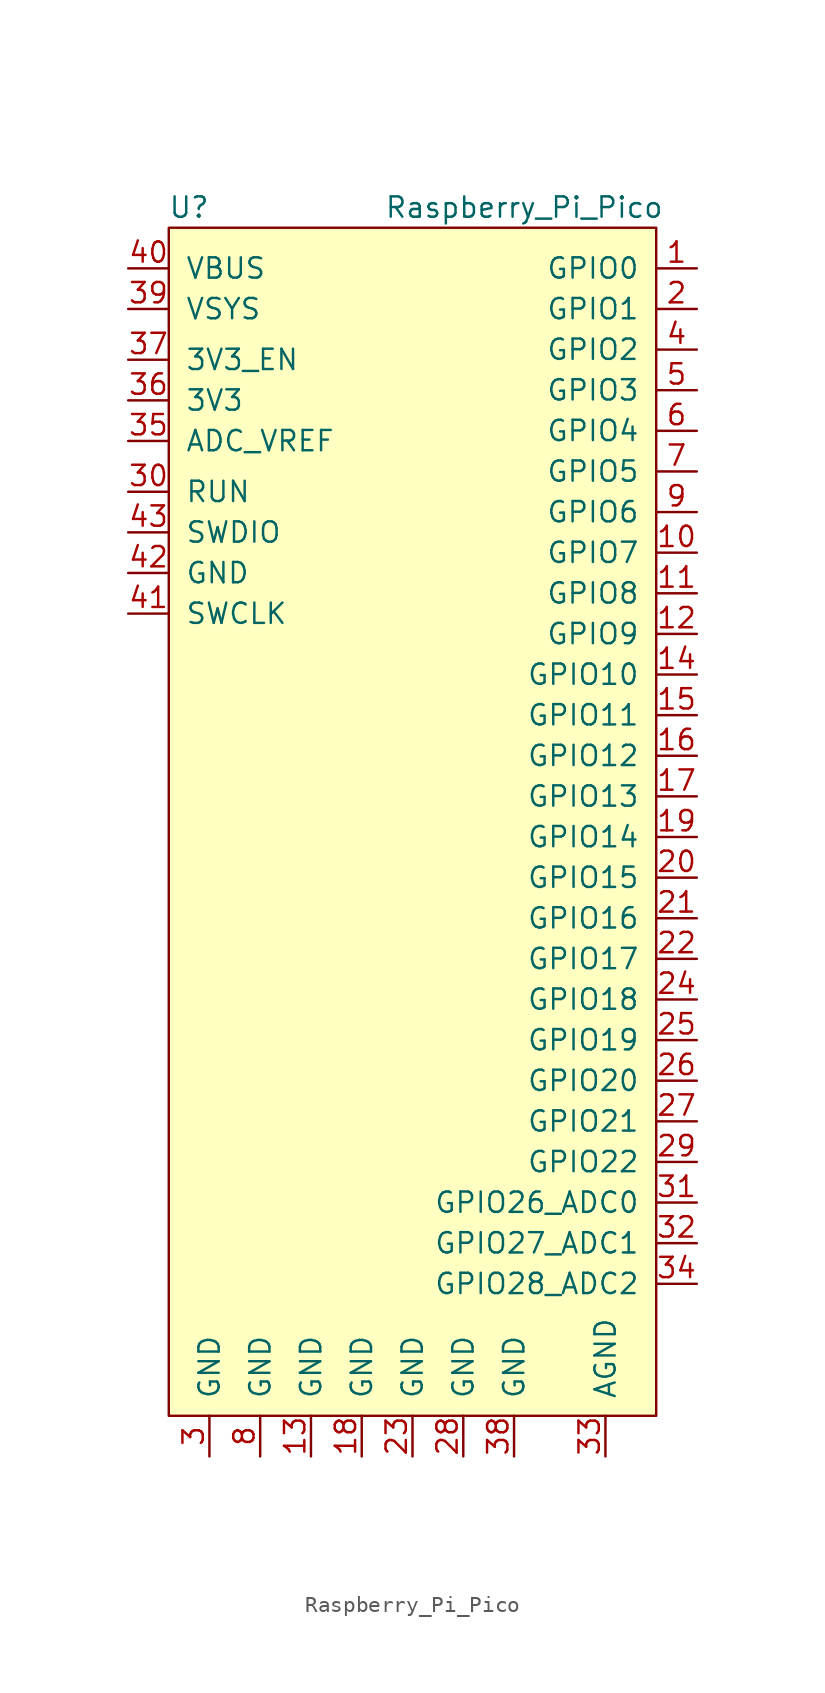
<source format=kicad_sym>
(kicad_symbol_lib
  (version 20211014)
  (generator kicad_symbol_editor)
  (symbol "Raspberry_Pi_Pico"
    (pin_names
      (offset 1.016))
    (property "Reference" "U"
      (at 1.27 1.27 0)
      (effects (font (size 1.27 1.27))))
    (property "Value" "Raspberry_Pi_Pico"
      (at 22.225 1.27 0)
      (effects (font (size 1.27 1.27))))
    (symbol "Raspberry_Pi_Pico_0_1"
      (rectangle (start 0 0) (end 30.48 -74.295) (stroke (width 0) (type default) (color 0 0 0 0)) (fill (type background))))
    (symbol "Raspberry_Pi_Pico_1_1"
      (pin bidirectional line (at 33.02 -2.54 180) (length 2.54) (name "GPIO0" (effects (font (size 1.27 1.27)))) (number "1" (effects (font (size 1.27 1.27)))))
      (pin bidirectional line (at 33.02 -20.32 180) (length 2.54) (name "GPIO7" (effects (font (size 1.27 1.27)))) (number "10" (effects (font (size 1.27 1.27)))))
      (pin bidirectional line (at 33.02 -22.86 180) (length 2.54) (name "GPIO8" (effects (font (size 1.27 1.27)))) (number "11" (effects (font (size 1.27 1.27)))))
      (pin bidirectional line (at 33.02 -25.4 180) (length 2.54) (name "GPIO9" (effects (font (size 1.27 1.27)))) (number "12" (effects (font (size 1.27 1.27)))))
      (pin power_in line (at 8.89 -76.835 90) (length 2.54) (name "GND" (effects (font (size 1.27 1.27)))) (number "13" (effects (font (size 1.27 1.27)))))
      (pin bidirectional line (at 33.02 -27.94 180) (length 2.54) (name "GPIO10" (effects (font (size 1.27 1.27)))) (number "14" (effects (font (size 1.27 1.27)))))
      (pin bidirectional line (at 33.02 -30.48 180) (length 2.54) (name "GPIO11" (effects (font (size 1.27 1.27)))) (number "15" (effects (font (size 1.27 1.27)))))
      (pin bidirectional line (at 33.02 -33.02 180) (length 2.54) (name "GPIO12" (effects (font (size 1.27 1.27)))) (number "16" (effects (font (size 1.27 1.27)))))
      (pin bidirectional line (at 33.02 -35.56 180) (length 2.54) (name "GPIO13" (effects (font (size 1.27 1.27)))) (number "17" (effects (font (size 1.27 1.27)))))
      (pin power_in line (at 12.065 -76.835 90) (length 2.54) (name "GND" (effects (font (size 1.27 1.27)))) (number "18" (effects (font (size 1.27 1.27)))))
      (pin bidirectional line (at 33.02 -38.1 180) (length 2.54) (name "GPIO14" (effects (font (size 1.27 1.27)))) (number "19" (effects (font (size 1.27 1.27)))))
      (pin bidirectional line (at 33.02 -5.08 180) (length 2.54) (name "GPIO1" (effects (font (size 1.27 1.27)))) (number "2" (effects (font (size 1.27 1.27)))))
      (pin bidirectional line (at 33.02 -40.64 180) (length 2.54) (name "GPIO15" (effects (font (size 1.27 1.27)))) (number "20" (effects (font (size 1.27 1.27)))))
      (pin bidirectional line (at 33.02 -43.18 180) (length 2.54) (name "GPIO16" (effects (font (size 1.27 1.27)))) (number "21" (effects (font (size 1.27 1.27)))))
      (pin bidirectional line (at 33.02 -45.72 180) (length 2.54) (name "GPIO17" (effects (font (size 1.27 1.27)))) (number "22" (effects (font (size 1.27 1.27)))))
      (pin power_in line (at 15.24 -76.835 90) (length 2.54) (name "GND" (effects (font (size 1.27 1.27)))) (number "23" (effects (font (size 1.27 1.27)))))
      (pin bidirectional line (at 33.02 -48.26 180) (length 2.54) (name "GPIO18" (effects (font (size 1.27 1.27)))) (number "24" (effects (font (size 1.27 1.27)))))
      (pin bidirectional line (at 33.02 -50.8 180) (length 2.54) (name "GPIO19" (effects (font (size 1.27 1.27)))) (number "25" (effects (font (size 1.27 1.27)))))
      (pin bidirectional line (at 33.02 -53.34 180) (length 2.54) (name "GPIO20" (effects (font (size 1.27 1.27)))) (number "26" (effects (font (size 1.27 1.27)))))
      (pin bidirectional line (at 33.02 -55.88 180) (length 2.54) (name "GPIO21" (effects (font (size 1.27 1.27)))) (number "27" (effects (font (size 1.27 1.27)))))
      (pin power_in line (at 18.415 -76.835 90) (length 2.54) (name "GND" (effects (font (size 1.27 1.27)))) (number "28" (effects (font (size 1.27 1.27)))))
      (pin bidirectional line (at 33.02 -58.42 180) (length 2.54) (name "GPIO22" (effects (font (size 1.27 1.27)))) (number "29" (effects (font (size 1.27 1.27)))))
      (pin power_in line (at 2.54 -76.835 90) (length 2.54) (name "GND" (effects (font (size 1.27 1.27)))) (number "3" (effects (font (size 1.27 1.27)))))
      (pin input line (at -2.54 -16.51 0) (length 2.54) (name "RUN" (effects (font (size 1.27 1.27)))) (number "30" (effects (font (size 1.27 1.27)))))
      (pin bidirectional line (at 33.02 -60.96 180) (length 2.54) (name "GPIO26_ADC0" (effects (font (size 1.27 1.27)))) (number "31" (effects (font (size 1.27 1.27)))))
      (pin bidirectional line (at 33.02 -63.5 180) (length 2.54) (name "GPIO27_ADC1" (effects (font (size 1.27 1.27)))) (number "32" (effects (font (size 1.27 1.27)))))
      (pin power_in line (at 27.305 -76.835 90) (length 2.54) (name "AGND" (effects (font (size 1.27 1.27)))) (number "33" (effects (font (size 1.27 1.27)))))
      (pin bidirectional line (at 33.02 -66.04 180) (length 2.54) (name "GPIO28_ADC2" (effects (font (size 1.27 1.27)))) (number "34" (effects (font (size 1.27 1.27)))))
      (pin power_out line (at -2.54 -13.335 0) (length 2.54) (name "ADC_VREF" (effects (font (size 1.27 1.27)))) (number "35" (effects (font (size 1.27 1.27)))))
      (pin power_out line (at -2.54 -10.795 0) (length 2.54) (name "3V3" (effects (font (size 1.27 1.27)))) (number "36" (effects (font (size 1.27 1.27)))))
      (pin input line (at -2.54 -8.255 0) (length 2.54) (name "3V3_EN" (effects (font (size 1.27 1.27)))) (number "37" (effects (font (size 1.27 1.27)))))
      (pin power_in line (at 21.59 -76.835 90) (length 2.54) (name "GND" (effects (font (size 1.27 1.27)))) (number "38" (effects (font (size 1.27 1.27)))))
      (pin power_in line (at -2.54 -5.08 0) (length 2.54) (name "VSYS" (effects (font (size 1.27 1.27)))) (number "39" (effects (font (size 1.27 1.27)))))
      (pin bidirectional line (at 33.02 -7.62 180) (length 2.54) (name "GPIO2" (effects (font (size 1.27 1.27)))) (number "4" (effects (font (size 1.27 1.27)))))
      (pin power_in line (at -2.54 -2.54 0) (length 2.54) (name "VBUS" (effects (font (size 1.27 1.27)))) (number "40" (effects (font (size 1.27 1.27)))))
      (pin input line (at -2.54 -24.13 0) (length 2.54) (name "SWCLK" (effects (font (size 1.27 1.27)))) (number "41" (effects (font (size 1.27 1.27)))))
      (pin power_in line (at -2.54 -21.59 0) (length 2.54) (name "GND" (effects (font (size 1.27 1.27)))) (number "42" (effects (font (size 1.27 1.27)))))
      (pin bidirectional line (at -2.54 -19.05 0) (length 2.54) (name "SWDIO" (effects (font (size 1.27 1.27)))) (number "43" (effects (font (size 1.27 1.27)))))
      (pin bidirectional line (at 33.02 -10.16 180) (length 2.54) (name "GPIO3" (effects (font (size 1.27 1.27)))) (number "5" (effects (font (size 1.27 1.27)))))
      (pin bidirectional line (at 33.02 -12.7 180) (length 2.54) (name "GPIO4" (effects (font (size 1.27 1.27)))) (number "6" (effects (font (size 1.27 1.27)))))
      (pin bidirectional line (at 33.02 -15.24 180) (length 2.54) (name "GPIO5" (effects (font (size 1.27 1.27)))) (number "7" (effects (font (size 1.27 1.27)))))
      (pin power_in line (at 5.715 -76.835 90) (length 2.54) (name "GND" (effects (font (size 1.27 1.27)))) (number "8" (effects (font (size 1.27 1.27)))))
      (pin bidirectional line (at 33.02 -17.78 180) (length 2.54) (name "GPIO6" (effects (font (size 1.27 1.27)))) (number "9" (effects (font (size 1.27 1.27))))))))
</source>
